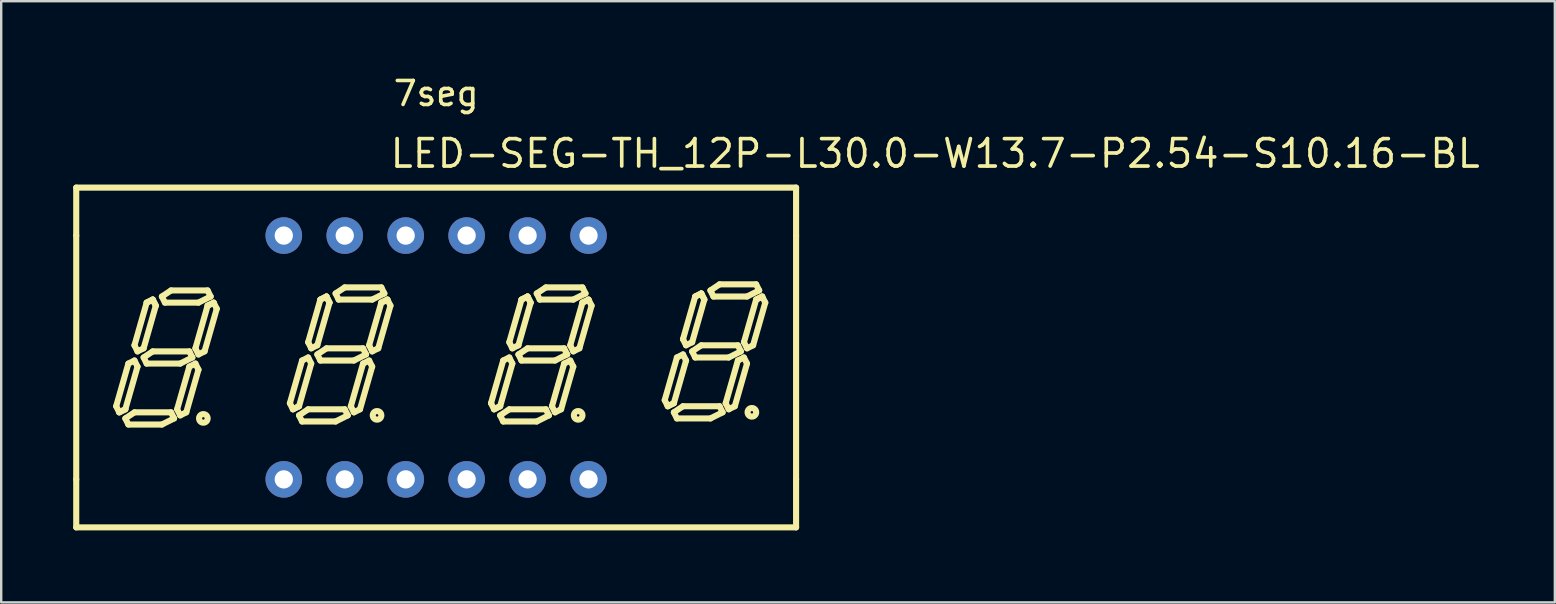
<source format=kicad_pcb>
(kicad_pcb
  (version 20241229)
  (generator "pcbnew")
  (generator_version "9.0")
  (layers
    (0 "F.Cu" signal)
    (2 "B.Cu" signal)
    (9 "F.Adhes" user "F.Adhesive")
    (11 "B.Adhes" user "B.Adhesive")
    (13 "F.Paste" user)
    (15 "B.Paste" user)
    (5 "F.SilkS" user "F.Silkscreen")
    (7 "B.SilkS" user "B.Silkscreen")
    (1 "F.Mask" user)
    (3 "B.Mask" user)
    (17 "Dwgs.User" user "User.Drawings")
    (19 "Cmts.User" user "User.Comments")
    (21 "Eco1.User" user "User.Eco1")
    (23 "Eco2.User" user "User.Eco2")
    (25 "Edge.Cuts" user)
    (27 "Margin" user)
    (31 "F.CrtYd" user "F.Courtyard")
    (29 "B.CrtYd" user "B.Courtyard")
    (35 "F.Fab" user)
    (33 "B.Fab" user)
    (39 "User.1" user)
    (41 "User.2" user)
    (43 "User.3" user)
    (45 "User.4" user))
  (footprint "LED-SEG-TH_12P-L30.0-W13.7-P2.54-S10.16-BL"
    (layer "F.Cu")
    (at 15.127 11.848)
    (property "Reference" "LED-SEG-TH_12P-L30.0-W13.7-P2.54-S10.16-BL" (at -2 -8.5 0) (layer "F.SilkS") (effects (font (size 1.143 1.143) (thickness 0.152)) (justify left)))
    (attr through_hole)
    (fp_line (start -15 -7.08) (end 15 -7.08) (stroke (width 0.254) (type solid)) (layer "F.SilkS"))
    (fp_line (start -15 -5.08) (end -15 -7.08) (stroke (width 0.254) (type solid)) (layer "F.SilkS"))
    (fp_line (start -15 5.08) (end -15 -5.08) (stroke (width 0.254) (type solid)) (layer "F.SilkS"))
    (fp_line (start -15 7.08) (end -15 5.08) (stroke (width 0.254) (type solid)) (layer "F.SilkS"))
    (fp_line (start -13.335 2.032) (end -13.208 2.286) (stroke (width 0.254) (type solid)) (layer "F.SilkS"))
    (fp_line (start -13.208 2.286) (end -12.954 2.159) (stroke (width 0.254) (type solid)) (layer "F.SilkS"))
    (fp_line (start -13.208 2.286) (end -12.954 2.159) (stroke (width 0.254) (type solid)) (layer "F.SilkS"))
    (fp_line (start -12.954 2.159) (end -12.446 0.381) (stroke (width 0.254) (type solid)) (layer "F.SilkS"))
    (fp_line (start -12.954 2.54) (end -12.573 2.286) (stroke (width 0.254) (type solid)) (layer "F.SilkS"))
    (fp_line (start -12.827 0.254) (end -13.335 2.032) (stroke (width 0.254) (type solid)) (layer "F.SilkS"))
    (fp_line (start -12.827 2.794) (end -12.954 2.54) (stroke (width 0.254) (type solid)) (layer "F.SilkS"))
    (fp_line (start -12.573 -0.508) (end -12.446 -0.254) (stroke (width 0.254) (type solid)) (layer "F.SilkS"))
    (fp_line (start -12.573 0.127) (end -12.827 0.254) (stroke (width 0.254) (type solid)) (layer "F.SilkS"))
    (fp_line (start -12.573 2.286) (end -11.049 2.286) (stroke (width 0.254) (type solid)) (layer "F.SilkS"))
    (fp_line (start -12.446 -0.254) (end -12.192 -0.381) (stroke (width 0.254) (type solid)) (layer "F.SilkS"))
    (fp_line (start -12.446 0.381) (end -12.573 0.127) (stroke (width 0.254) (type solid)) (layer "F.SilkS"))
    (fp_line (start -12.192 -0.381) (end -11.684 -2.159) (stroke (width 0.254) (type solid)) (layer "F.SilkS"))
    (fp_line (start -12.192 0) (end -11.811 -0.254) (stroke (width 0.254) (type solid)) (layer "F.SilkS"))
    (fp_line (start -12.065 -2.286) (end -12.573 -0.508) (stroke (width 0.254) (type solid)) (layer "F.SilkS"))
    (fp_line (start -12.065 -2.286) (end -11.811 -2.413) (stroke (width 0.254) (type solid)) (layer "F.SilkS"))
    (fp_line (start -12.065 0.254) (end -12.192 0) (stroke (width 0.254) (type solid)) (layer "F.SilkS"))
    (fp_line (start -11.811 -2.413) (end -12.065 -2.286) (stroke (width 0.254) (type solid)) (layer "F.SilkS"))
    (fp_line (start -11.811 -2.413) (end -11.684 -2.159) (stroke (width 0.254) (type solid)) (layer "F.SilkS"))
    (fp_line (start -11.811 -0.254) (end -10.287 -0.254) (stroke (width 0.254) (type solid)) (layer "F.SilkS"))
    (fp_line (start -11.684 -2.159) (end -11.811 -2.413) (stroke (width 0.254) (type solid)) (layer "F.SilkS"))
    (fp_line (start -11.43 -2.54) (end -11.049 -2.794) (stroke (width 0.254) (type solid)) (layer "F.SilkS"))
    (fp_line (start -11.43 2.794) (end -12.827 2.794) (stroke (width 0.254) (type solid)) (layer "F.SilkS"))
    (fp_line (start -11.303 -2.286) (end -11.43 -2.54) (stroke (width 0.254) (type solid)) (layer "F.SilkS"))
    (fp_line (start -11.049 -2.794) (end -9.525 -2.794) (stroke (width 0.254) (type solid)) (layer "F.SilkS"))
    (fp_line (start -11.049 2.286) (end -10.922 2.54) (stroke (width 0.254) (type solid)) (layer "F.SilkS"))
    (fp_line (start -10.922 2.54) (end -11.43 2.794) (stroke (width 0.254) (type solid)) (layer "F.SilkS"))
    (fp_line (start -10.795 2.159) (end -10.668 2.413) (stroke (width 0.254) (type solid)) (layer "F.SilkS"))
    (fp_line (start -10.668 0.254) (end -12.065 0.254) (stroke (width 0.254) (type solid)) (layer "F.SilkS"))
    (fp_line (start -10.668 2.413) (end -10.414 2.286) (stroke (width 0.254) (type solid)) (layer "F.SilkS"))
    (fp_line (start -10.414 2.286) (end -9.906 0.508) (stroke (width 0.254) (type solid)) (layer "F.SilkS"))
    (fp_line (start -10.287 -0.254) (end -10.16 0) (stroke (width 0.254) (type solid)) (layer "F.SilkS"))
    (fp_line (start -10.287 0.381) (end -10.795 2.159) (stroke (width 0.254) (type solid)) (layer "F.SilkS"))
    (fp_line (start -10.16 0) (end -10.668 0.254) (stroke (width 0.254) (type solid)) (layer "F.SilkS"))
    (fp_line (start -10.033 -0.381) (end -9.525 -2.159) (stroke (width 0.254) (type solid)) (layer "F.SilkS"))
    (fp_line (start -10.033 0.254) (end -10.287 0.381) (stroke (width 0.254) (type solid)) (layer "F.SilkS"))
    (fp_line (start -9.906 -2.286) (end -11.303 -2.286) (stroke (width 0.254) (type solid)) (layer "F.SilkS"))
    (fp_line (start -9.906 -0.127) (end -10.033 -0.381) (stroke (width 0.254) (type solid)) (layer "F.SilkS"))
    (fp_line (start -9.906 0.508) (end -10.033 0.254) (stroke (width 0.254) (type solid)) (layer "F.SilkS"))
    (fp_line (start -9.652 -0.254) (end -9.906 -0.127) (stroke (width 0.254) (type solid)) (layer "F.SilkS"))
    (fp_line (start -9.525 -2.794) (end -9.398 -2.54) (stroke (width 0.254) (type solid)) (layer "F.SilkS"))
    (fp_line (start -9.525 -2.159) (end -9.271 -2.286) (stroke (width 0.254) (type solid)) (layer "F.SilkS"))
    (fp_line (start -9.398 -2.54) (end -9.906 -2.286) (stroke (width 0.254) (type solid)) (layer "F.SilkS"))
    (fp_line (start -9.271 -2.286) (end -9.525 -2.159) (stroke (width 0.254) (type solid)) (layer "F.SilkS"))
    (fp_line (start -9.271 -2.286) (end -9.144 -2.032) (stroke (width 0.254) (type solid)) (layer "F.SilkS"))
    (fp_line (start -9.144 -2.032) (end -9.652 -0.254) (stroke (width 0.254) (type solid)) (layer "F.SilkS"))
    (fp_line (start -6.096 1.905) (end -5.969 2.159) (stroke (width 0.254) (type solid)) (layer "F.SilkS"))
    (fp_line (start -5.969 2.159) (end -5.715 2.032) (stroke (width 0.254) (type solid)) (layer "F.SilkS"))
    (fp_line (start -5.969 2.159) (end -5.715 2.032) (stroke (width 0.254) (type solid)) (layer "F.SilkS"))
    (fp_line (start -5.715 2.032) (end -5.207 0.254) (stroke (width 0.254) (type solid)) (layer "F.SilkS"))
    (fp_line (start -5.715 2.413) (end -5.334 2.159) (stroke (width 0.254) (type solid)) (layer "F.SilkS"))
    (fp_line (start -5.588 0.127) (end -6.096 1.905) (stroke (width 0.254) (type solid)) (layer "F.SilkS"))
    (fp_line (start -5.588 2.667) (end -5.715 2.413) (stroke (width 0.254) (type solid)) (layer "F.SilkS"))
    (fp_line (start -5.334 -0.635) (end -5.207 -0.381) (stroke (width 0.254) (type solid)) (layer "F.SilkS"))
    (fp_line (start -5.334 0) (end -5.588 0.127) (stroke (width 0.254) (type solid)) (layer "F.SilkS"))
    (fp_line (start -5.334 2.159) (end -3.81 2.159) (stroke (width 0.254) (type solid)) (layer "F.SilkS"))
    (fp_line (start -5.207 -0.381) (end -4.953 -0.508) (stroke (width 0.254) (type solid)) (layer "F.SilkS"))
    (fp_line (start -5.207 0.254) (end -5.334 0) (stroke (width 0.254) (type solid)) (layer "F.SilkS"))
    (fp_line (start -4.953 -0.508) (end -4.445 -2.286) (stroke (width 0.254) (type solid)) (layer "F.SilkS"))
    (fp_line (start -4.953 -0.127) (end -4.572 -0.381) (stroke (width 0.254) (type solid)) (layer "F.SilkS"))
    (fp_line (start -4.826 -2.413) (end -5.334 -0.635) (stroke (width 0.254) (type solid)) (layer "F.SilkS"))
    (fp_line (start -4.826 0.127) (end -4.953 -0.127) (stroke (width 0.254) (type solid)) (layer "F.SilkS"))
    (fp_line (start -4.572 -2.54) (end -4.826 -2.413) (stroke (width 0.254) (type solid)) (layer "F.SilkS"))
    (fp_line (start -4.572 -2.54) (end -4.826 -2.413) (stroke (width 0.254) (type solid)) (layer "F.SilkS"))
    (fp_line (start -4.572 -0.381) (end -3.048 -0.381) (stroke (width 0.254) (type solid)) (layer "F.SilkS"))
    (fp_line (start -4.445 -2.286) (end -4.572 -2.54) (stroke (width 0.254) (type solid)) (layer "F.SilkS"))
    (fp_line (start -4.445 -2.286) (end -4.572 -2.54) (stroke (width 0.254) (type solid)) (layer "F.SilkS"))
    (fp_line (start -4.191 -2.667) (end -3.81 -2.921) (stroke (width 0.254) (type solid)) (layer "F.SilkS"))
    (fp_line (start -4.191 2.667) (end -5.588 2.667) (stroke (width 0.254) (type solid)) (layer "F.SilkS"))
    (fp_line (start -4.064 -2.413) (end -4.191 -2.667) (stroke (width 0.254) (type solid)) (layer "F.SilkS"))
    (fp_line (start -3.81 -2.921) (end -2.286 -2.921) (stroke (width 0.254) (type solid)) (layer "F.SilkS"))
    (fp_line (start -3.81 2.159) (end -3.683 2.413) (stroke (width 0.254) (type solid)) (layer "F.SilkS"))
    (fp_line (start -3.683 2.413) (end -4.191 2.667) (stroke (width 0.254) (type solid)) (layer "F.SilkS"))
    (fp_line (start -3.556 2.032) (end -3.429 2.286) (stroke (width 0.254) (type solid)) (layer "F.SilkS"))
    (fp_line (start -3.429 0.127) (end -4.826 0.127) (stroke (width 0.254) (type solid)) (layer "F.SilkS"))
    (fp_line (start -3.429 2.286) (end -3.175 2.159) (stroke (width 0.254) (type solid)) (layer "F.SilkS"))
    (fp_line (start -3.175 2.159) (end -2.667 0.381) (stroke (width 0.254) (type solid)) (layer "F.SilkS"))
    (fp_line (start -3.048 -0.381) (end -2.921 -0.127) (stroke (width 0.254) (type solid)) (layer "F.SilkS"))
    (fp_line (start -3.048 0.254) (end -3.556 2.032) (stroke (width 0.254) (type solid)) (layer "F.SilkS"))
    (fp_line (start -2.921 -0.127) (end -3.429 0.127) (stroke (width 0.254) (type solid)) (layer "F.SilkS"))
    (fp_line (start -2.794 -0.508) (end -2.667 -0.254) (stroke (width 0.254) (type solid)) (layer "F.SilkS"))
    (fp_line (start -2.794 0.127) (end -3.048 0.254) (stroke (width 0.254) (type solid)) (layer "F.SilkS"))
    (fp_line (start -2.667 -2.413) (end -4.064 -2.413) (stroke (width 0.254) (type solid)) (layer "F.SilkS"))
    (fp_line (start -2.667 -0.254) (end -2.413 -0.381) (stroke (width 0.254) (type solid)) (layer "F.SilkS"))
    (fp_line (start -2.667 0.381) (end -2.794 0.127) (stroke (width 0.254) (type solid)) (layer "F.SilkS"))
    (fp_line (start -2.413 -0.381) (end -1.905 -2.159) (stroke (width 0.254) (type solid)) (layer "F.SilkS"))
    (fp_line (start -2.286 -2.921) (end -2.159 -2.667) (stroke (width 0.254) (type solid)) (layer "F.SilkS"))
    (fp_line (start -2.286 -2.286) (end -2.794 -0.508) (stroke (width 0.254) (type solid)) (layer "F.SilkS"))
    (fp_line (start -2.286 -2.286) (end -2.032 -2.413) (stroke (width 0.254) (type solid)) (layer "F.SilkS"))
    (fp_line (start -2.159 -2.667) (end -2.667 -2.413) (stroke (width 0.254) (type solid)) (layer "F.SilkS"))
    (fp_line (start -2.032 -2.413) (end -2.286 -2.286) (stroke (width 0.254) (type solid)) (layer "F.SilkS"))
    (fp_line (start -1.905 -2.159) (end -2.032 -2.413) (stroke (width 0.254) (type solid)) (layer "F.SilkS"))
    (fp_line (start 2.286 1.905) (end 2.413 2.159) (stroke (width 0.254) (type solid)) (layer "F.SilkS"))
    (fp_line (start 2.413 2.159) (end 2.667 2.032) (stroke (width 0.254) (type solid)) (layer "F.SilkS"))
    (fp_line (start 2.413 2.159) (end 2.667 2.032) (stroke (width 0.254) (type solid)) (layer "F.SilkS"))
    (fp_line (start 2.667 2.032) (end 3.175 0.254) (stroke (width 0.254) (type solid)) (layer "F.SilkS"))
    (fp_line (start 2.667 2.413) (end 3.048 2.159) (stroke (width 0.254) (type solid)) (layer "F.SilkS"))
    (fp_line (start 2.794 0.127) (end 2.286 1.905) (stroke (width 0.254) (type solid)) (layer "F.SilkS"))
    (fp_line (start 2.794 2.667) (end 2.667 2.413) (stroke (width 0.254) (type solid)) (layer "F.SilkS"))
    (fp_line (start 3.048 -0.635) (end 3.175 -0.381) (stroke (width 0.254) (type solid)) (layer "F.SilkS"))
    (fp_line (start 3.048 0) (end 2.794 0.127) (stroke (width 0.254) (type solid)) (layer "F.SilkS"))
    (fp_line (start 3.048 2.159) (end 4.572 2.159) (stroke (width 0.254) (type solid)) (layer "F.SilkS"))
    (fp_line (start 3.175 -0.381) (end 3.429 -0.508) (stroke (width 0.254) (type solid)) (layer "F.SilkS"))
    (fp_line (start 3.175 0.254) (end 3.048 0) (stroke (width 0.254) (type solid)) (layer "F.SilkS"))
    (fp_line (start 3.429 -0.508) (end 3.937 -2.286) (stroke (width 0.254) (type solid)) (layer "F.SilkS"))
    (fp_line (start 3.429 -0.127) (end 3.81 -0.381) (stroke (width 0.254) (type solid)) (layer "F.SilkS"))
    (fp_line (start 3.556 -2.413) (end 3.048 -0.635) (stroke (width 0.254) (type solid)) (layer "F.SilkS"))
    (fp_line (start 3.556 -2.413) (end 3.81 -2.54) (stroke (width 0.254) (type solid)) (layer "F.SilkS"))
    (fp_line (start 3.556 0.127) (end 3.429 -0.127) (stroke (width 0.254) (type solid)) (layer "F.SilkS"))
    (fp_line (start 3.81 -2.54) (end 3.556 -2.413) (stroke (width 0.254) (type solid)) (layer "F.SilkS"))
    (fp_line (start 3.81 -2.54) (end 3.937 -2.286) (stroke (width 0.254) (type solid)) (layer "F.SilkS"))
    (fp_line (start 3.81 -0.381) (end 5.334 -0.381) (stroke (width 0.254) (type solid)) (layer "F.SilkS"))
    (fp_line (start 3.937 -2.286) (end 3.81 -2.54) (stroke (width 0.254) (type solid)) (layer "F.SilkS"))
    (fp_line (start 4.191 -2.667) (end 4.572 -2.921) (stroke (width 0.254) (type solid)) (layer "F.SilkS"))
    (fp_line (start 4.191 2.667) (end 2.794 2.667) (stroke (width 0.254) (type solid)) (layer "F.SilkS"))
    (fp_line (start 4.318 -2.413) (end 4.191 -2.667) (stroke (width 0.254) (type solid)) (layer "F.SilkS"))
    (fp_line (start 4.572 -2.921) (end 6.096 -2.921) (stroke (width 0.254) (type solid)) (layer "F.SilkS"))
    (fp_line (start 4.572 2.159) (end 4.699 2.413) (stroke (width 0.254) (type solid)) (layer "F.SilkS"))
    (fp_line (start 4.699 2.413) (end 4.191 2.667) (stroke (width 0.254) (type solid)) (layer "F.SilkS"))
    (fp_line (start 4.826 2.032) (end 4.953 2.286) (stroke (width 0.254) (type solid)) (layer "F.SilkS"))
    (fp_line (start 4.953 0.127) (end 3.556 0.127) (stroke (width 0.254) (type solid)) (layer "F.SilkS"))
    (fp_line (start 4.953 2.286) (end 5.207 2.159) (stroke (width 0.254) (type solid)) (layer "F.SilkS"))
    (fp_line (start 5.207 2.159) (end 5.715 0.381) (stroke (width 0.254) (type solid)) (layer "F.SilkS"))
    (fp_line (start 5.334 -0.381) (end 5.461 -0.127) (stroke (width 0.254) (type solid)) (layer "F.SilkS"))
    (fp_line (start 5.334 0.254) (end 4.826 2.032) (stroke (width 0.254) (type solid)) (layer "F.SilkS"))
    (fp_line (start 5.461 -0.127) (end 4.953 0.127) (stroke (width 0.254) (type solid)) (layer "F.SilkS"))
    (fp_line (start 5.588 -0.508) (end 6.096 -2.286) (stroke (width 0.254) (type solid)) (layer "F.SilkS"))
    (fp_line (start 5.588 0.127) (end 5.334 0.254) (stroke (width 0.254) (type solid)) (layer "F.SilkS"))
    (fp_line (start 5.715 -2.413) (end 4.318 -2.413) (stroke (width 0.254) (type solid)) (layer "F.SilkS"))
    (fp_line (start 5.715 -0.254) (end 5.588 -0.508) (stroke (width 0.254) (type solid)) (layer "F.SilkS"))
    (fp_line (start 5.715 0.381) (end 5.588 0.127) (stroke (width 0.254) (type solid)) (layer "F.SilkS"))
    (fp_line (start 5.969 -0.381) (end 5.715 -0.254) (stroke (width 0.254) (type solid)) (layer "F.SilkS"))
    (fp_line (start 6.096 -2.921) (end 6.223 -2.667) (stroke (width 0.254) (type solid)) (layer "F.SilkS"))
    (fp_line (start 6.096 -2.286) (end 6.35 -2.413) (stroke (width 0.254) (type solid)) (layer "F.SilkS"))
    (fp_line (start 6.223 -2.667) (end 5.715 -2.413) (stroke (width 0.254) (type solid)) (layer "F.SilkS"))
    (fp_line (start 6.35 -2.413) (end 6.096 -2.286) (stroke (width 0.254) (type solid)) (layer "F.SilkS"))
    (fp_line (start 6.35 -2.413) (end 6.477 -2.159) (stroke (width 0.254) (type solid)) (layer "F.SilkS"))
    (fp_line (start 6.477 -2.159) (end 5.969 -0.381) (stroke (width 0.254) (type solid)) (layer "F.SilkS"))
    (fp_line (start 9.525 1.778) (end 9.652 2.032) (stroke (width 0.254) (type solid)) (layer "F.SilkS"))
    (fp_line (start 9.652 2.032) (end 9.906 1.905) (stroke (width 0.254) (type solid)) (layer "F.SilkS"))
    (fp_line (start 9.652 2.032) (end 9.906 1.905) (stroke (width 0.254) (type solid)) (layer "F.SilkS"))
    (fp_line (start 9.906 1.905) (end 10.414 0.127) (stroke (width 0.254) (type solid)) (layer "F.SilkS"))
    (fp_line (start 9.906 2.286) (end 10.287 2.032) (stroke (width 0.254) (type solid)) (layer "F.SilkS"))
    (fp_line (start 10.033 0) (end 9.525 1.778) (stroke (width 0.254) (type solid)) (layer "F.SilkS"))
    (fp_line (start 10.033 2.54) (end 9.906 2.286) (stroke (width 0.254) (type solid)) (layer "F.SilkS"))
    (fp_line (start 10.287 -0.762) (end 10.414 -0.508) (stroke (width 0.254) (type solid)) (layer "F.SilkS"))
    (fp_line (start 10.287 -0.127) (end 10.033 0) (stroke (width 0.254) (type solid)) (layer "F.SilkS"))
    (fp_line (start 10.287 2.032) (end 11.811 2.032) (stroke (width 0.254) (type solid)) (layer "F.SilkS"))
    (fp_line (start 10.414 -0.508) (end 10.668 -0.635) (stroke (width 0.254) (type solid)) (layer "F.SilkS"))
    (fp_line (start 10.414 0.127) (end 10.287 -0.127) (stroke (width 0.254) (type solid)) (layer "F.SilkS"))
    (fp_line (start 10.668 -0.635) (end 11.176 -2.413) (stroke (width 0.254) (type solid)) (layer "F.SilkS"))
    (fp_line (start 10.668 -0.254) (end 11.049 -0.508) (stroke (width 0.254) (type solid)) (layer "F.SilkS"))
    (fp_line (start 10.795 -2.54) (end 10.287 -0.762) (stroke (width 0.254) (type solid)) (layer "F.SilkS"))
    (fp_line (start 10.795 0) (end 10.668 -0.254) (stroke (width 0.254) (type solid)) (layer "F.SilkS"))
    (fp_line (start 11.049 -2.667) (end 10.795 -2.54) (stroke (width 0.254) (type solid)) (layer "F.SilkS"))
    (fp_line (start 11.049 -2.667) (end 10.795 -2.54) (stroke (width 0.254) (type solid)) (layer "F.SilkS"))
    (fp_line (start 11.049 -0.508) (end 12.573 -0.508) (stroke (width 0.254) (type solid)) (layer "F.SilkS"))
    (fp_line (start 11.176 -2.413) (end 11.049 -2.667) (stroke (width 0.254) (type solid)) (layer "F.SilkS"))
    (fp_line (start 11.176 -2.413) (end 11.049 -2.667) (stroke (width 0.254) (type solid)) (layer "F.SilkS"))
    (fp_line (start 11.43 -2.794) (end 11.811 -3.048) (stroke (width 0.254) (type solid)) (layer "F.SilkS"))
    (fp_line (start 11.43 2.54) (end 10.033 2.54) (stroke (width 0.254) (type solid)) (layer "F.SilkS"))
    (fp_line (start 11.557 -2.54) (end 11.43 -2.794) (stroke (width 0.254) (type solid)) (layer "F.SilkS"))
    (fp_line (start 11.811 -3.048) (end 13.335 -3.048) (stroke (width 0.254) (type solid)) (layer "F.SilkS"))
    (fp_line (start 11.811 2.032) (end 11.938 2.286) (stroke (width 0.254) (type solid)) (layer "F.SilkS"))
    (fp_line (start 11.938 2.286) (end 11.43 2.54) (stroke (width 0.254) (type solid)) (layer "F.SilkS"))
    (fp_line (start 12.065 1.905) (end 12.192 2.159) (stroke (width 0.254) (type solid)) (layer "F.SilkS"))
    (fp_line (start 12.192 0) (end 10.795 0) (stroke (width 0.254) (type solid)) (layer "F.SilkS"))
    (fp_line (start 12.192 2.159) (end 12.446 2.032) (stroke (width 0.254) (type solid)) (layer "F.SilkS"))
    (fp_line (start 12.446 2.032) (end 12.954 0.254) (stroke (width 0.254) (type solid)) (layer "F.SilkS"))
    (fp_line (start 12.573 -0.508) (end 12.7 -0.254) (stroke (width 0.254) (type solid)) (layer "F.SilkS"))
    (fp_line (start 12.573 0.127) (end 12.065 1.905) (stroke (width 0.254) (type solid)) (layer "F.SilkS"))
    (fp_line (start 12.7 -0.254) (end 12.192 0) (stroke (width 0.254) (type solid)) (layer "F.SilkS"))
    (fp_line (start 12.827 -0.635) (end 12.954 -0.381) (stroke (width 0.254) (type solid)) (layer "F.SilkS"))
    (fp_line (start 12.827 0) (end 12.573 0.127) (stroke (width 0.254) (type solid)) (layer "F.SilkS"))
    (fp_line (start 12.954 -2.54) (end 11.557 -2.54) (stroke (width 0.254) (type solid)) (layer "F.SilkS"))
    (fp_line (start 12.954 -0.381) (end 13.208 -0.508) (stroke (width 0.254) (type solid)) (layer "F.SilkS"))
    (fp_line (start 12.954 0.254) (end 12.827 0) (stroke (width 0.254) (type solid)) (layer "F.SilkS"))
    (fp_line (start 13.208 -0.508) (end 13.716 -2.286) (stroke (width 0.254) (type solid)) (layer "F.SilkS"))
    (fp_line (start 13.335 -3.048) (end 13.462 -2.794) (stroke (width 0.254) (type solid)) (layer "F.SilkS"))
    (fp_line (start 13.335 -2.413) (end 12.827 -0.635) (stroke (width 0.254) (type solid)) (layer "F.SilkS"))
    (fp_line (start 13.335 -2.413) (end 13.589 -2.54) (stroke (width 0.254) (type solid)) (layer "F.SilkS"))
    (fp_line (start 13.462 -2.794) (end 12.954 -2.54) (stroke (width 0.254) (type solid)) (layer "F.SilkS"))
    (fp_line (start 13.589 -2.54) (end 13.335 -2.413) (stroke (width 0.254) (type solid)) (layer "F.SilkS"))
    (fp_line (start 13.716 -2.286) (end 13.589 -2.54) (stroke (width 0.254) (type solid)) (layer "F.SilkS"))
    (fp_line (start 15 -7.08) (end 15 -5.08) (stroke (width 0.254) (type solid)) (layer "F.SilkS"))
    (fp_line (start 15 -5.08) (end 15 5.08) (stroke (width 0.254) (type solid)) (layer "F.SilkS"))
    (fp_line (start 15 5.08) (end 15 7.08) (stroke (width 0.254) (type solid)) (layer "F.SilkS"))
    (fp_line (start 15 7.08) (end -15 7.08) (stroke (width 0.254) (type solid)) (layer "F.SilkS"))
    (fp_arc (start -9.7 2.36) (mid -9.703468 2.718025) (end -9.705065 2.359987) (stroke (width 0.254) (type solid)) (layer "F.SilkS"))
    (fp_arc (start -2.461 2.233) (mid -2.464468 2.591025) (end -2.466065 2.232987) (stroke (width 0.254) (type solid)) (layer "F.SilkS"))
    (fp_arc (start 5.921 2.233) (mid 5.917532 2.591025) (end 5.915935 2.232987) (stroke (width 0.254) (type solid)) (layer "F.SilkS"))
    (fp_arc (start 13.16 2.106) (mid 13.156532 2.464025) (end 13.154935 2.105987) (stroke (width 0.254) (type solid)) (layer "F.SilkS"))
    (fp_text user "7seg" (at 0 -11 0) (layer "F.SilkS") (effects (font (size 1 1) (thickness 0.15))))
    (pad "1" thru_hole circle (at -6.35 5.08) (size 1.524 1.524) (drill 0.762) (layers "*.Cu" "*.Paste" "*.Mask"))
    (pad "2" thru_hole circle (at -3.81 5.08) (size 1.524 1.524) (drill 0.762) (layers "*.Cu" "*.Paste" "*.Mask"))
    (pad "3" thru_hole circle (at -1.27 5.08) (size 1.524 1.524) (drill 0.762) (layers "*.Cu" "*.Paste" "*.Mask"))
    (pad "4" thru_hole circle (at 1.27 5.08) (size 1.524 1.524) (drill 0.762) (layers "*.Cu" "*.Paste" "*.Mask"))
    (pad "5" thru_hole circle (at 3.81 5.08) (size 1.524 1.524) (drill 0.762) (layers "*.Cu" "*.Paste" "*.Mask"))
    (pad "6" thru_hole circle (at 6.35 5.08) (size 1.524 1.524) (drill 0.762) (layers "*.Cu" "*.Paste" "*.Mask"))
    (pad "7" thru_hole circle (at 6.35 -5.08) (size 1.524 1.524) (drill 0.762) (layers "*.Cu" "*.Paste" "*.Mask"))
    (pad "8" thru_hole circle (at 3.81 -5.08) (size 1.524 1.524) (drill 0.762) (layers "*.Cu" "*.Paste" "*.Mask"))
    (pad "9" thru_hole circle (at 1.27 -5.08) (size 1.524 1.524) (drill 0.762) (layers "*.Cu" "*.Paste" "*.Mask"))
    (pad "10" thru_hole circle (at -1.27 -5.08) (size 1.524 1.524) (drill 0.762) (layers "*.Cu" "*.Paste" "*.Mask"))
    (pad "11" thru_hole circle (at -3.81 -5.08) (size 1.524 1.524) (drill 0.762) (layers "*.Cu" "*.Paste" "*.Mask"))
    (pad "12" thru_hole circle (at -6.35 -5.08) (size 1.524 1.524) (drill 0.762) (layers "*.Cu" "*.Paste" "*.Mask")))
  (gr_rect
    (start -3 -3)
    (end 61.748 22.055)
    (stroke (width 0.1) (type default))
    (fill no)
    (layer "Edge.Cuts")))
</source>
